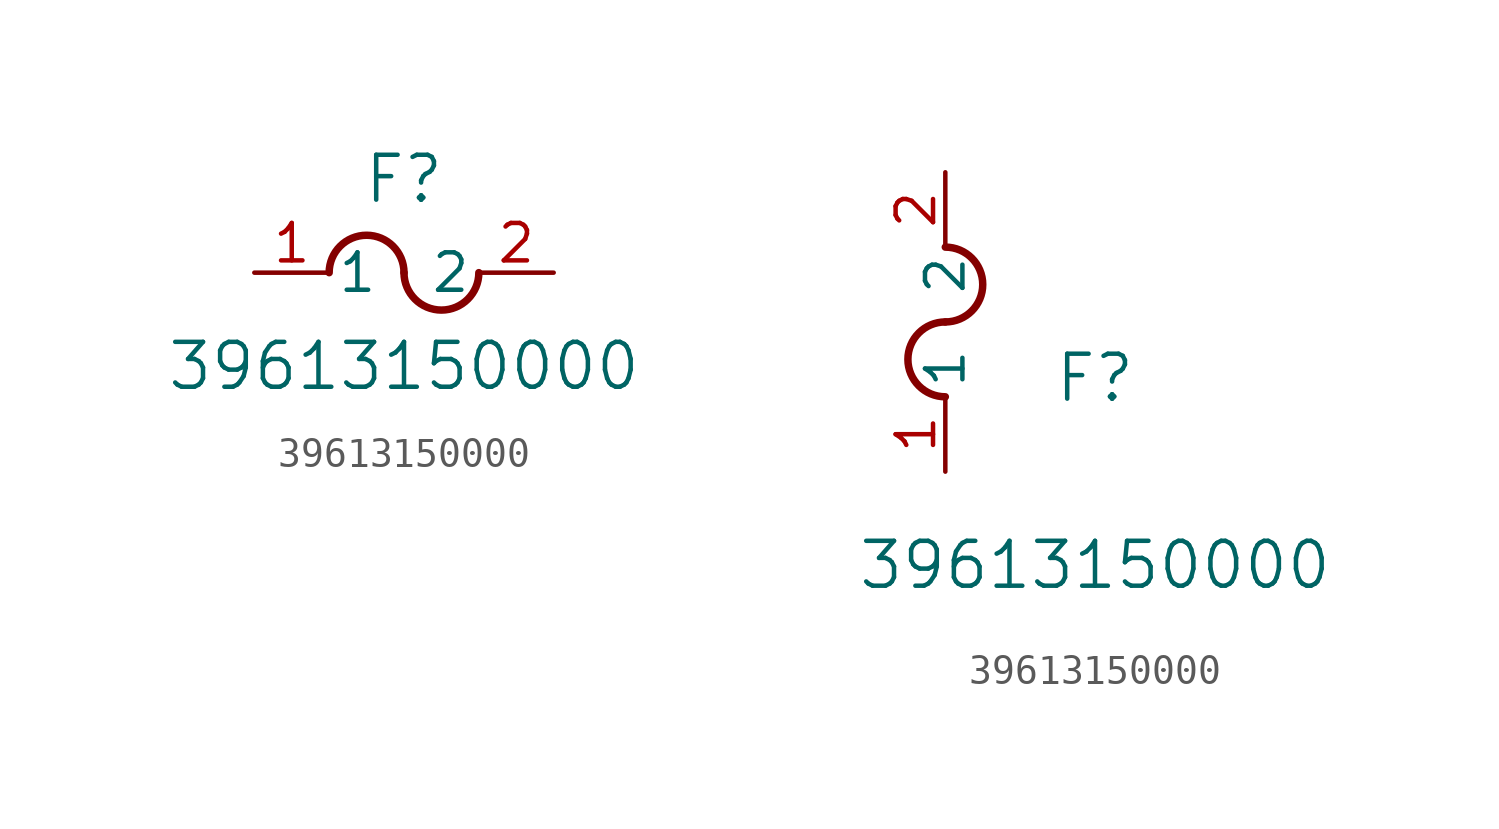
<source format=kicad_sym>
(kicad_symbol_lib
  (version 20211014)
  (generator kicad_symbol_editor)
  (symbol "39613150000"
    (pin_names
      (offset 0.254))
    (property "Reference" "F"
      (at 5.08 3.175 0)
      (effects (font (size 1.524 1.524))))
    (property "Value" "39613150000"
      (at 5.08 -3.175 0)
      (effects (font (size 1.524 1.524))))
    (symbol "39613150000_1_1"
      (arc (start 5.08 0) (mid 3.81 1.27) (end 2.54 0) (stroke (width 0.254) (type default) (color 0 0 0 0)) (fill (type none)))
      (arc (start 5.08 0) (mid 6.35 -1.27) (end 7.62 0) (stroke (width 0.254) (type default) (color 0 0 0 0)) (fill (type none)))
      (pin unspecified line (at 0 0 0) (length 2.54) (name "1" (effects (font (size 1.27 1.27)))) (number "1" (effects (font (size 1.27 1.27)))))
      (pin unspecified line (at 10.16 0 180) (length 2.54) (name "2" (effects (font (size 1.27 1.27)))) (number "2" (effects (font (size 1.27 1.27))))))
    (symbol "39613150000_1_2"
      (arc (start 0 5.08) (mid -1.27 3.81) (end 0 2.54) (stroke (width 0.254) (type default) (color 0 0 0 0)) (fill (type none)))
      (arc (start 0 5.08) (mid 1.27 6.35) (end 0 7.62) (stroke (width 0.254) (type default) (color 0 0 0 0)) (fill (type none)))
      (pin unspecified line (at 0 0 90) (length 2.54) (name "1" (effects (font (size 1.27 1.27)))) (number "1" (effects (font (size 1.27 1.27)))))
      (pin unspecified line (at 0 10.16 270) (length 2.54) (name "2" (effects (font (size 1.27 1.27)))) (number "2" (effects (font (size 1.27 1.27))))))))
</source>
